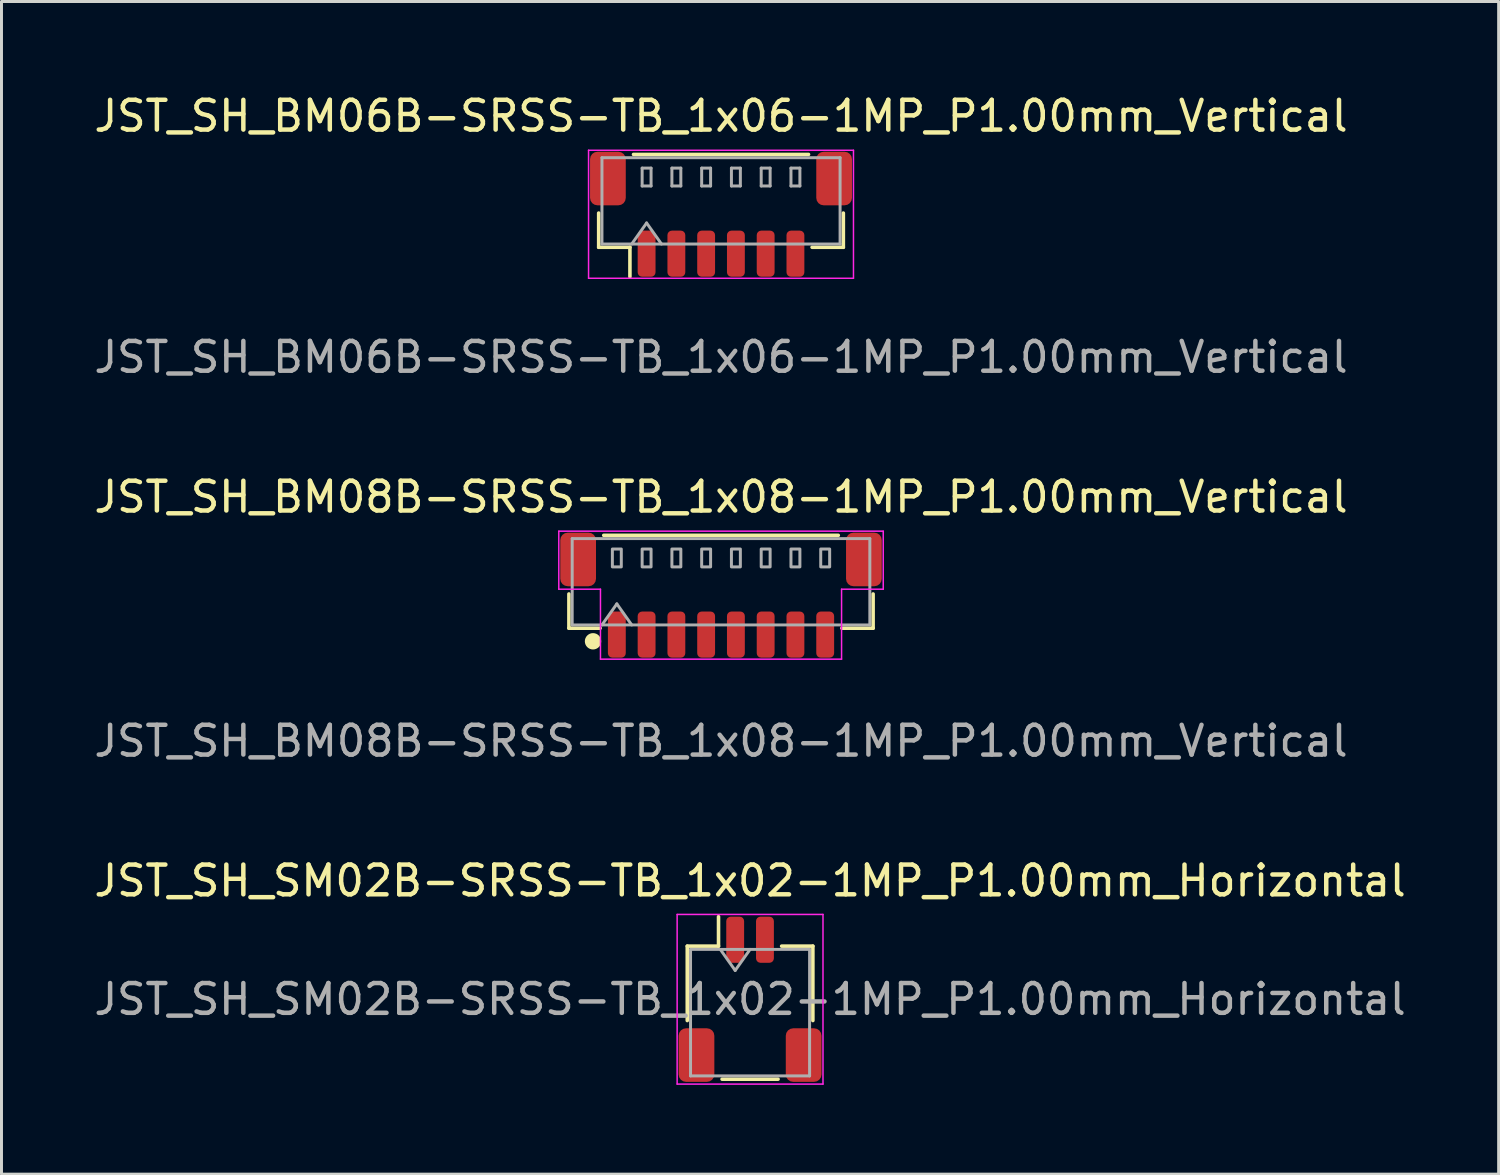
<source format=kicad_pcb>
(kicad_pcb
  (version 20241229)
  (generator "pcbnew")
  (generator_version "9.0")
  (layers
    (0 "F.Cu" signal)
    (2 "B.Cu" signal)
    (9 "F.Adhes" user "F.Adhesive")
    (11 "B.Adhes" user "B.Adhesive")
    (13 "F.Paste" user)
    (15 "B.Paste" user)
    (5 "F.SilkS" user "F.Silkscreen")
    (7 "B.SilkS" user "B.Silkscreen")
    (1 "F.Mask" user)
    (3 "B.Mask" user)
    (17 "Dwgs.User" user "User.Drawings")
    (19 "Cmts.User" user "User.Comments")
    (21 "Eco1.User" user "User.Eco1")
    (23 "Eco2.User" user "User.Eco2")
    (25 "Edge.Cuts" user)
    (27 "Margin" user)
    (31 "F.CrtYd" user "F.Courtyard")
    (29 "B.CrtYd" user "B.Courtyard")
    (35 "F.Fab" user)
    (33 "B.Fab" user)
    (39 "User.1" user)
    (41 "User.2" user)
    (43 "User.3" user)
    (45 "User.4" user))
  (footprint "JST_SH_SM02B-SRSS-TB_1x02-1MP_P1.00mm_Horizontal"
    (layer "F.Cu")
    (at 22.149 30.521)
    (property "Reference" "JST_SH_SM02B-SRSS-TB_1x02-1MP_P1.00mm_Horizontal" (at 0 -3.98 0) (layer "F.SilkS") (effects (font (size 1 1) (thickness 0.15))))
    (attr smd)
    (fp_line (start -2.11 -1.785) (end -1.06 -1.785) (stroke (width 0.12) (type solid)) (layer "F.SilkS"))
    (fp_line (start -2.11 0.715) (end -2.11 -1.785) (stroke (width 0.12) (type solid)) (layer "F.SilkS"))
    (fp_line (start -1.06 -1.785) (end -1.06 -2.775) (stroke (width 0.12) (type solid)) (layer "F.SilkS"))
    (fp_line (start -0.94 2.685) (end 0.94 2.685) (stroke (width 0.12) (type solid)) (layer "F.SilkS"))
    (fp_line (start 2.11 -1.785) (end 1.06 -1.785) (stroke (width 0.12) (type solid)) (layer "F.SilkS"))
    (fp_line (start 2.11 0.715) (end 2.11 -1.785) (stroke (width 0.12) (type solid)) (layer "F.SilkS"))
    (fp_line (start -2.45 -2.85) (end -2.45 2.85) (stroke (width 0.05) (type solid)) (layer "F.CrtYd"))
    (fp_line (start -2.45 2.85) (end 2.45 2.85) (stroke (width 0.05) (type solid)) (layer "F.CrtYd"))
    (fp_line (start 2.45 -2.85) (end -2.45 -2.85) (stroke (width 0.05) (type solid)) (layer "F.CrtYd"))
    (fp_line (start 2.45 2.85) (end 2.45 -2.85) (stroke (width 0.05) (type solid)) (layer "F.CrtYd"))
    (fp_line (start -2 -1.675) (end -2 2.575) (stroke (width 0.1) (type solid)) (layer "F.Fab"))
    (fp_line (start -2 -1.675) (end 2 -1.675) (stroke (width 0.1) (type solid)) (layer "F.Fab"))
    (fp_line (start -2 2.575) (end 2 2.575) (stroke (width 0.1) (type solid)) (layer "F.Fab"))
    (fp_line (start -1 -1.675) (end -0.5 -0.968) (stroke (width 0.1) (type solid)) (layer "F.Fab"))
    (fp_line (start -0.5 -0.968) (end 0 -1.675) (stroke (width 0.1) (type solid)) (layer "F.Fab"))
    (fp_line (start 2 -1.675) (end 2 2.575) (stroke (width 0.1) (type solid)) (layer "F.Fab"))
    (fp_text user "${REFERENCE}" (at 0 0 0) (layer "F.Fab") (effects (font (size 1 1) (thickness 0.15))))
    (pad "1" smd roundrect (at -0.5 -2) (size 0.6 1.55) (layers "F.Cu" "F.Mask" "F.Paste") (roundrect_rratio 0.25))
    (pad "2" smd roundrect (at 0.5 -2) (size 0.6 1.55) (layers "F.Cu" "F.Mask" "F.Paste") (roundrect_rratio 0.25))
    (pad "MP" smd roundrect (at -1.8 1.875) (size 1.2 1.8) (layers "F.Cu" "F.Mask" "F.Paste") (roundrect_rratio 0.208))
    (pad "MP" smd roundrect (at 1.8 1.875) (size 1.2 1.8) (layers "F.Cu" "F.Mask" "F.Paste") (roundrect_rratio 0.208)))
  (footprint "JST_SH_BM08B-SRSS-TB_1x08-1MP_P1.00mm_Vertical"
    (layer "F.Cu")
    (at 21.173 16.945)
    (property "Reference" "JST_SH_BM08B-SRSS-TB_1x08-1MP_P1.00mm_Vertical" (at 0 -3.3 0) (layer "F.SilkS") (effects (font (size 1 1) (thickness 0.15))))
    (attr smd)
    (fp_line (start -5.11 -0.04) (end -5.11 1.11) (stroke (width 0.12) (type solid)) (layer "F.SilkS"))
    (fp_line (start -5.11 1.11) (end -4.06 1.11) (stroke (width 0.12) (type solid)) (layer "F.SilkS"))
    (fp_line (start -3.94 -2.01) (end 3.94 -2.01) (stroke (width 0.12) (type solid)) (layer "F.SilkS"))
    (fp_line (start 5.11 -0.04) (end 5.11 1.11) (stroke (width 0.12) (type solid)) (layer "F.SilkS"))
    (fp_line (start 5.11 1.11) (end 4.06 1.11) (stroke (width 0.12) (type solid)) (layer "F.SilkS"))
    (fp_circle (center -4.3 1.55) (end -4.1 1.55) (stroke (width 0.15) (type solid)) (fill yes) (layer "F.SilkS"))
    (fp_line (start -5.45 -2.15) (end -5.45 -0.2) (stroke (width 0.05) (type solid)) (layer "F.CrtYd"))
    (fp_line (start -5.45 -0.2) (end -4.05 -0.2) (stroke (width 0.05) (type solid)) (layer "F.CrtYd"))
    (fp_line (start -4.05 -0.2) (end -4.05 2.15) (stroke (width 0.05) (type solid)) (layer "F.CrtYd"))
    (fp_line (start -4.05 2.15) (end 4.05 2.15) (stroke (width 0.05) (type solid)) (layer "F.CrtYd"))
    (fp_line (start 4.05 -0.2) (end 4.05 2.15) (stroke (width 0.05) (type solid)) (layer "F.CrtYd"))
    (fp_line (start 4.05 -0.2) (end 5.45 -0.2) (stroke (width 0.05) (type solid)) (layer "F.CrtYd"))
    (fp_line (start 5.45 -2.15) (end -5.45 -2.15) (stroke (width 0.05) (type solid)) (layer "F.CrtYd"))
    (fp_line (start 5.45 -0.2) (end 5.45 -2.15) (stroke (width 0.05) (type solid)) (layer "F.CrtYd"))
    (fp_line (start -5 -1.9) (end 5 -1.9) (stroke (width 0.1) (type solid)) (layer "F.Fab"))
    (fp_line (start -5 1) (end -5 -1.9) (stroke (width 0.1) (type solid)) (layer "F.Fab"))
    (fp_line (start -5 1) (end 5 1) (stroke (width 0.1) (type solid)) (layer "F.Fab"))
    (fp_line (start -4 1) (end -3.5 0.293) (stroke (width 0.1) (type solid)) (layer "F.Fab"))
    (fp_line (start -3.5 0.293) (end -3 1) (stroke (width 0.1) (type solid)) (layer "F.Fab"))
    (fp_line (start 5 1) (end 5 -1.9) (stroke (width 0.1) (type solid)) (layer "F.Fab"))
    (fp_rect (start -3.65 -1.55) (end -3.35 -0.95) (stroke (width 0.1) (type solid)) (fill no) (layer "F.Fab"))
    (fp_rect (start -2.65 -1.55) (end -2.35 -0.95) (stroke (width 0.1) (type solid)) (fill no) (layer "F.Fab"))
    (fp_rect (start -1.65 -1.55) (end -1.35 -0.95) (stroke (width 0.1) (type solid)) (fill no) (layer "F.Fab"))
    (fp_rect (start -0.65 -1.55) (end -0.35 -0.95) (stroke (width 0.1) (type solid)) (fill no) (layer "F.Fab"))
    (fp_rect (start 0.35 -1.55) (end 0.65 -0.95) (stroke (width 0.1) (type solid)) (fill no) (layer "F.Fab"))
    (fp_rect (start 1.35 -1.55) (end 1.65 -0.95) (stroke (width 0.1) (type solid)) (fill no) (layer "F.Fab"))
    (fp_rect (start 2.35 -1.55) (end 2.65 -0.95) (stroke (width 0.1) (type solid)) (fill no) (layer "F.Fab"))
    (fp_rect (start 3.35 -1.55) (end 3.65 -0.95) (stroke (width 0.1) (type solid)) (fill no) (layer "F.Fab"))
    (fp_text user "${REFERENCE}" (at 0 4.9 0) (layer "F.Fab") (effects (font (size 1 1) (thickness 0.15))))
    (pad "1" smd roundrect (at -3.5 1.325) (size 0.6 1.55) (layers "F.Cu" "F.Mask" "F.Paste") (roundrect_rratio 0.25))
    (pad "2" smd roundrect (at -2.5 1.325) (size 0.6 1.55) (layers "F.Cu" "F.Mask" "F.Paste") (roundrect_rratio 0.25))
    (pad "3" smd roundrect (at -1.5 1.325) (size 0.6 1.55) (layers "F.Cu" "F.Mask" "F.Paste") (roundrect_rratio 0.25))
    (pad "4" smd roundrect (at -0.5 1.325) (size 0.6 1.55) (layers "F.Cu" "F.Mask" "F.Paste") (roundrect_rratio 0.25))
    (pad "5" smd roundrect (at 0.5 1.325) (size 0.6 1.55) (layers "F.Cu" "F.Mask" "F.Paste") (roundrect_rratio 0.25))
    (pad "6" smd roundrect (at 1.5 1.325) (size 0.6 1.55) (layers "F.Cu" "F.Mask" "F.Paste") (roundrect_rratio 0.25))
    (pad "7" smd roundrect (at 2.5 1.325) (size 0.6 1.55) (layers "F.Cu" "F.Mask" "F.Paste") (roundrect_rratio 0.25))
    (pad "8" smd roundrect (at 3.5 1.325) (size 0.6 1.55) (layers "F.Cu" "F.Mask" "F.Paste") (roundrect_rratio 0.25))
    (pad "MP" smd roundrect (at -4.8 -1.2) (size 1.2 1.8) (layers "F.Cu" "F.Mask" "F.Paste") (roundrect_rratio 0.208))
    (pad "MP" smd roundrect (at 4.8 -1.2) (size 1.2 1.8) (layers "F.Cu" "F.Mask" "F.Paste") (roundrect_rratio 0.208)))
  (footprint "JST_SH_BM06B-SRSS-TB_1x06-1MP_P1.00mm_Vertical"
    (layer "F.Cu")
    (at 21.173 4.148)
    (property "Reference" "JST_SH_BM06B-SRSS-TB_1x06-1MP_P1.00mm_Vertical" (at 0 -3.3 0) (layer "F.SilkS") (effects (font (size 1 1) (thickness 0.15))))
    (attr smd)
    (fp_line (start -4.11 -0.04) (end -4.11 1.11) (stroke (width 0.12) (type solid)) (layer "F.SilkS"))
    (fp_line (start -4.11 1.11) (end -3.06 1.11) (stroke (width 0.12) (type solid)) (layer "F.SilkS"))
    (fp_line (start -3.06 1.11) (end -3.06 2.1) (stroke (width 0.12) (type solid)) (layer "F.SilkS"))
    (fp_line (start -2.94 -2.01) (end 2.94 -2.01) (stroke (width 0.12) (type solid)) (layer "F.SilkS"))
    (fp_line (start 4.11 -0.04) (end 4.11 1.11) (stroke (width 0.12) (type solid)) (layer "F.SilkS"))
    (fp_line (start 4.11 1.11) (end 3.06 1.11) (stroke (width 0.12) (type solid)) (layer "F.SilkS"))
    (fp_line (start -4.45 -2.15) (end -4.45 2.15) (stroke (width 0.05) (type solid)) (layer "F.CrtYd"))
    (fp_line (start -4.45 2.15) (end 4.45 2.15) (stroke (width 0.05) (type solid)) (layer "F.CrtYd"))
    (fp_line (start 4.45 -2.15) (end -4.45 -2.15) (stroke (width 0.05) (type solid)) (layer "F.CrtYd"))
    (fp_line (start 4.45 2.15) (end 4.45 -2.15) (stroke (width 0.05) (type solid)) (layer "F.CrtYd"))
    (fp_line (start -4 -1.9) (end 4 -1.9) (stroke (width 0.1) (type solid)) (layer "F.Fab"))
    (fp_line (start -4 1) (end -4 -1.9) (stroke (width 0.1) (type solid)) (layer "F.Fab"))
    (fp_line (start -4 1) (end 4 1) (stroke (width 0.1) (type solid)) (layer "F.Fab"))
    (fp_line (start -3 1) (end -2.5 0.293) (stroke (width 0.1) (type solid)) (layer "F.Fab"))
    (fp_line (start -2.65 -1.55) (end -2.65 -0.95) (stroke (width 0.1) (type solid)) (layer "F.Fab"))
    (fp_line (start -2.65 -0.95) (end -2.35 -0.95) (stroke (width 0.1) (type solid)) (layer "F.Fab"))
    (fp_line (start -2.5 0.293) (end -2 1) (stroke (width 0.1) (type solid)) (layer "F.Fab"))
    (fp_line (start -2.35 -1.55) (end -2.65 -1.55) (stroke (width 0.1) (type solid)) (layer "F.Fab"))
    (fp_line (start -2.35 -0.95) (end -2.35 -1.55) (stroke (width 0.1) (type solid)) (layer "F.Fab"))
    (fp_line (start -1.65 -1.55) (end -1.65 -0.95) (stroke (width 0.1) (type solid)) (layer "F.Fab"))
    (fp_line (start -1.65 -0.95) (end -1.35 -0.95) (stroke (width 0.1) (type solid)) (layer "F.Fab"))
    (fp_line (start -1.35 -1.55) (end -1.65 -1.55) (stroke (width 0.1) (type solid)) (layer "F.Fab"))
    (fp_line (start -1.35 -0.95) (end -1.35 -1.55) (stroke (width 0.1) (type solid)) (layer "F.Fab"))
    (fp_line (start -0.65 -1.55) (end -0.65 -0.95) (stroke (width 0.1) (type solid)) (layer "F.Fab"))
    (fp_line (start -0.65 -0.95) (end -0.35 -0.95) (stroke (width 0.1) (type solid)) (layer "F.Fab"))
    (fp_line (start -0.35 -1.55) (end -0.65 -1.55) (stroke (width 0.1) (type solid)) (layer "F.Fab"))
    (fp_line (start -0.35 -0.95) (end -0.35 -1.55) (stroke (width 0.1) (type solid)) (layer "F.Fab"))
    (fp_line (start 0.35 -1.55) (end 0.35 -0.95) (stroke (width 0.1) (type solid)) (layer "F.Fab"))
    (fp_line (start 0.35 -0.95) (end 0.65 -0.95) (stroke (width 0.1) (type solid)) (layer "F.Fab"))
    (fp_line (start 0.65 -1.55) (end 0.35 -1.55) (stroke (width 0.1) (type solid)) (layer "F.Fab"))
    (fp_line (start 0.65 -0.95) (end 0.65 -1.55) (stroke (width 0.1) (type solid)) (layer "F.Fab"))
    (fp_line (start 1.35 -1.55) (end 1.35 -0.95) (stroke (width 0.1) (type solid)) (layer "F.Fab"))
    (fp_line (start 1.35 -0.95) (end 1.65 -0.95) (stroke (width 0.1) (type solid)) (layer "F.Fab"))
    (fp_line (start 1.65 -1.55) (end 1.35 -1.55) (stroke (width 0.1) (type solid)) (layer "F.Fab"))
    (fp_line (start 1.65 -0.95) (end 1.65 -1.55) (stroke (width 0.1) (type solid)) (layer "F.Fab"))
    (fp_line (start 2.35 -1.55) (end 2.35 -0.95) (stroke (width 0.1) (type solid)) (layer "F.Fab"))
    (fp_line (start 2.35 -0.95) (end 2.65 -0.95) (stroke (width 0.1) (type solid)) (layer "F.Fab"))
    (fp_line (start 2.65 -1.55) (end 2.35 -1.55) (stroke (width 0.1) (type solid)) (layer "F.Fab"))
    (fp_line (start 2.65 -0.95) (end 2.65 -1.55) (stroke (width 0.1) (type solid)) (layer "F.Fab"))
    (fp_line (start 4 1) (end 4 -1.9) (stroke (width 0.1) (type solid)) (layer "F.Fab"))
    (fp_text user "${REFERENCE}" (at 0 4.8 0) (layer "F.Fab") (effects (font (size 1 1) (thickness 0.15))))
    (pad "1" smd roundrect (at -2.5 1.325) (size 0.6 1.55) (layers "F.Cu" "F.Mask" "F.Paste") (roundrect_rratio 0.25))
    (pad "2" smd roundrect (at -1.5 1.325) (size 0.6 1.55) (layers "F.Cu" "F.Mask" "F.Paste") (roundrect_rratio 0.25))
    (pad "3" smd roundrect (at -0.5 1.325) (size 0.6 1.55) (layers "F.Cu" "F.Mask" "F.Paste") (roundrect_rratio 0.25))
    (pad "4" smd roundrect (at 0.5 1.325) (size 0.6 1.55) (layers "F.Cu" "F.Mask" "F.Paste") (roundrect_rratio 0.25))
    (pad "5" smd roundrect (at 1.5 1.325) (size 0.6 1.55) (layers "F.Cu" "F.Mask" "F.Paste") (roundrect_rratio 0.25))
    (pad "6" smd roundrect (at 2.5 1.325) (size 0.6 1.55) (layers "F.Cu" "F.Mask" "F.Paste") (roundrect_rratio 0.25))
    (pad "MP" smd roundrect (at -3.8 -1.2) (size 1.2 1.8) (layers "F.Cu" "F.Mask" "F.Paste") (roundrect_rratio 0.208))
    (pad "MP" smd roundrect (at 3.8 -1.2) (size 1.2 1.8) (layers "F.Cu" "F.Mask" "F.Paste") (roundrect_rratio 0.208)))
  (gr_rect
    (start -3 -3)
    (end 47.298 36.396)
    (stroke (width 0.1) (type default))
    (fill no)
    (layer "Edge.Cuts")))
</source>
